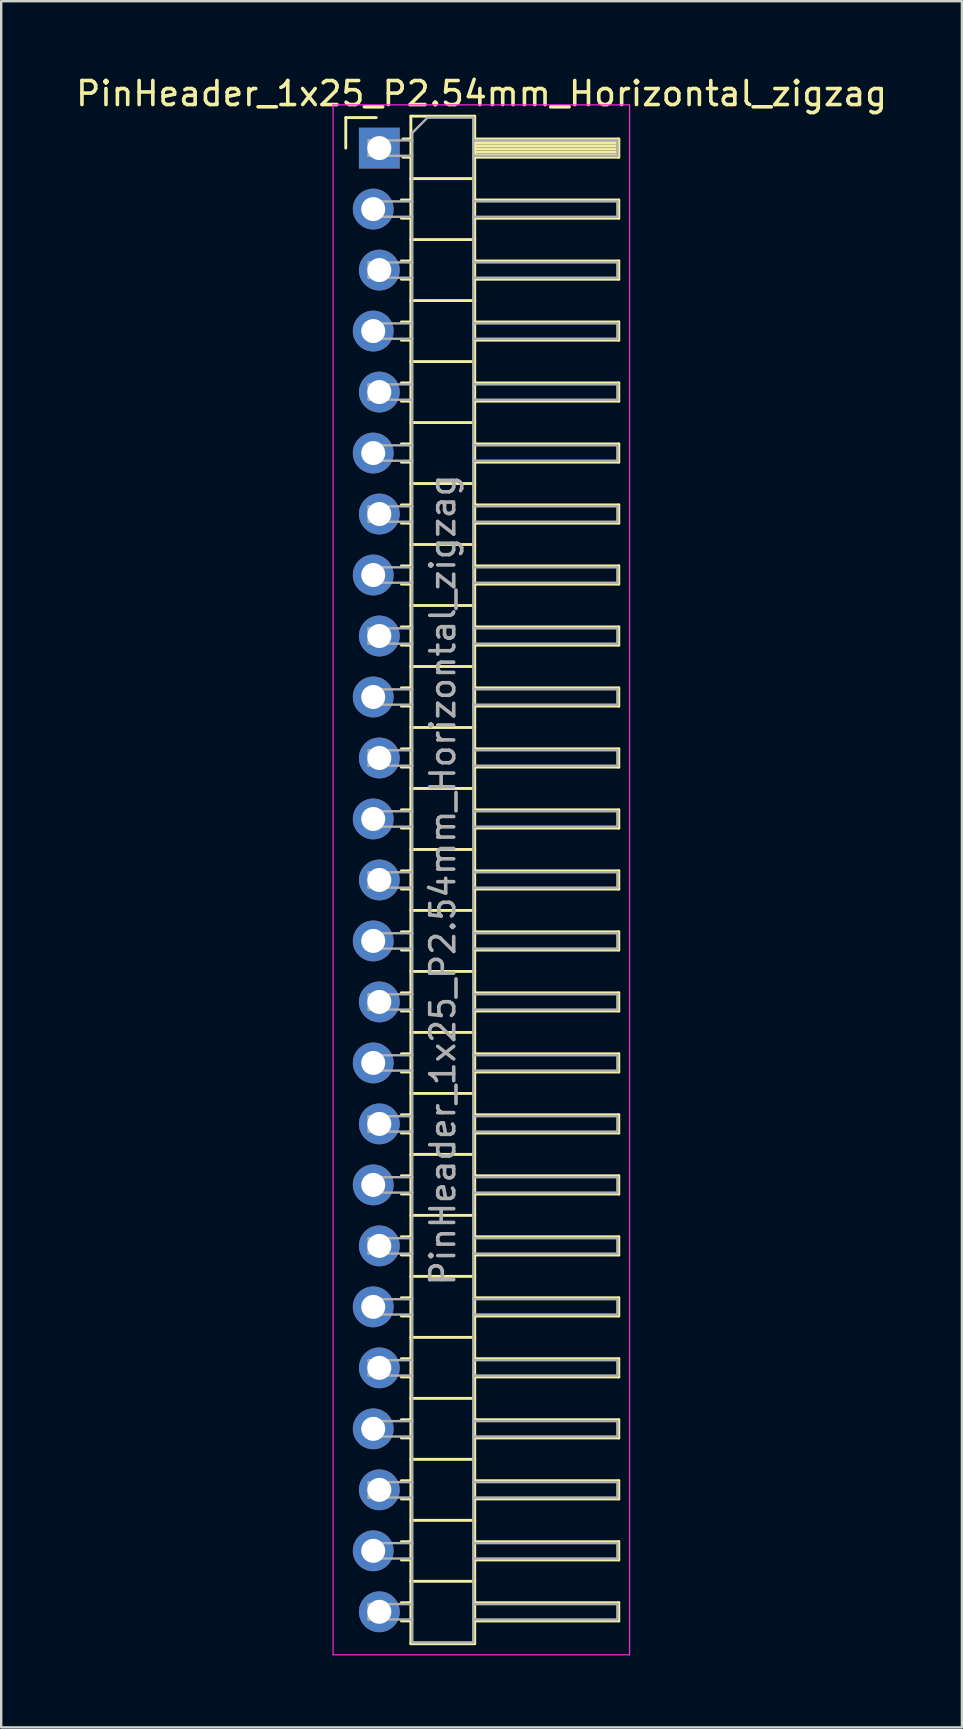
<source format=kicad_pcb>
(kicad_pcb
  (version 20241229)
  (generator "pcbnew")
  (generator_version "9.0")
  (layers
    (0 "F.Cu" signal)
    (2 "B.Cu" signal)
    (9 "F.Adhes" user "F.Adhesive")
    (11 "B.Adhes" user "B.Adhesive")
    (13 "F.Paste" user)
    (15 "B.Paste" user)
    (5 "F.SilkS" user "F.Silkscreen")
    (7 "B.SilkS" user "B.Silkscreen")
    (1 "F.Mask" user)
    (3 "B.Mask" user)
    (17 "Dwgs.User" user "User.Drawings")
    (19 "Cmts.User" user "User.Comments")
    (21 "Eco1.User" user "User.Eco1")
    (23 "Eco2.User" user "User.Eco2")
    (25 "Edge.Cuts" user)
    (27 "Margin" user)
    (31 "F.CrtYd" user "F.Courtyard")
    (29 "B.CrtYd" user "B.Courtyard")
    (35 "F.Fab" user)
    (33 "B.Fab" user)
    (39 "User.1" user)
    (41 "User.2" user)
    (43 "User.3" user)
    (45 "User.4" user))
  (footprint "PinHeader_1x25_P2.54mm_Horizontal_zigzag"
    (layer "F.Cu")
    (at 12.621 3.118)
    (property "Reference" "PinHeader_1x25_P2.54mm_Horizontal_zigzag" (at 4.385 -2.27 0) (layer "F.SilkS") (effects (font (size 1 1) (thickness 0.15))))
    (attr through_hole)
    (fp_line (start -1.27 -1.27) (end 0 -1.27) (stroke (width 0.12) (type solid)) (layer "F.SilkS"))
    (fp_line (start -1.27 0) (end -1.27 -1.27) (stroke (width 0.12) (type solid)) (layer "F.SilkS"))
    (fp_line (start 1.043 2.16) (end 1.44 2.16) (stroke (width 0.12) (type solid)) (layer "F.SilkS"))
    (fp_line (start 1.043 2.92) (end 1.44 2.92) (stroke (width 0.12) (type solid)) (layer "F.SilkS"))
    (fp_line (start 1.043 4.7) (end 1.44 4.7) (stroke (width 0.12) (type solid)) (layer "F.SilkS"))
    (fp_line (start 1.043 5.46) (end 1.44 5.46) (stroke (width 0.12) (type solid)) (layer "F.SilkS"))
    (fp_line (start 1.043 7.24) (end 1.44 7.24) (stroke (width 0.12) (type solid)) (layer "F.SilkS"))
    (fp_line (start 1.043 8) (end 1.44 8) (stroke (width 0.12) (type solid)) (layer "F.SilkS"))
    (fp_line (start 1.043 9.78) (end 1.44 9.78) (stroke (width 0.12) (type solid)) (layer "F.SilkS"))
    (fp_line (start 1.043 10.54) (end 1.44 10.54) (stroke (width 0.12) (type solid)) (layer "F.SilkS"))
    (fp_line (start 1.043 12.32) (end 1.44 12.32) (stroke (width 0.12) (type solid)) (layer "F.SilkS"))
    (fp_line (start 1.043 13.08) (end 1.44 13.08) (stroke (width 0.12) (type solid)) (layer "F.SilkS"))
    (fp_line (start 1.043 14.86) (end 1.44 14.86) (stroke (width 0.12) (type solid)) (layer "F.SilkS"))
    (fp_line (start 1.043 15.62) (end 1.44 15.62) (stroke (width 0.12) (type solid)) (layer "F.SilkS"))
    (fp_line (start 1.043 17.4) (end 1.44 17.4) (stroke (width 0.12) (type solid)) (layer "F.SilkS"))
    (fp_line (start 1.043 18.16) (end 1.44 18.16) (stroke (width 0.12) (type solid)) (layer "F.SilkS"))
    (fp_line (start 1.043 19.94) (end 1.44 19.94) (stroke (width 0.12) (type solid)) (layer "F.SilkS"))
    (fp_line (start 1.043 20.7) (end 1.44 20.7) (stroke (width 0.12) (type solid)) (layer "F.SilkS"))
    (fp_line (start 1.043 22.48) (end 1.44 22.48) (stroke (width 0.12) (type solid)) (layer "F.SilkS"))
    (fp_line (start 1.043 23.24) (end 1.44 23.24) (stroke (width 0.12) (type solid)) (layer "F.SilkS"))
    (fp_line (start 1.043 25.02) (end 1.44 25.02) (stroke (width 0.12) (type solid)) (layer "F.SilkS"))
    (fp_line (start 1.043 25.78) (end 1.44 25.78) (stroke (width 0.12) (type solid)) (layer "F.SilkS"))
    (fp_line (start 1.043 27.56) (end 1.44 27.56) (stroke (width 0.12) (type solid)) (layer "F.SilkS"))
    (fp_line (start 1.043 28.32) (end 1.44 28.32) (stroke (width 0.12) (type solid)) (layer "F.SilkS"))
    (fp_line (start 1.043 30.1) (end 1.44 30.1) (stroke (width 0.12) (type solid)) (layer "F.SilkS"))
    (fp_line (start 1.043 30.86) (end 1.44 30.86) (stroke (width 0.12) (type solid)) (layer "F.SilkS"))
    (fp_line (start 1.043 32.64) (end 1.44 32.64) (stroke (width 0.12) (type solid)) (layer "F.SilkS"))
    (fp_line (start 1.043 33.4) (end 1.44 33.4) (stroke (width 0.12) (type solid)) (layer "F.SilkS"))
    (fp_line (start 1.043 35.18) (end 1.44 35.18) (stroke (width 0.12) (type solid)) (layer "F.SilkS"))
    (fp_line (start 1.043 35.94) (end 1.44 35.94) (stroke (width 0.12) (type solid)) (layer "F.SilkS"))
    (fp_line (start 1.043 37.72) (end 1.44 37.72) (stroke (width 0.12) (type solid)) (layer "F.SilkS"))
    (fp_line (start 1.043 38.48) (end 1.44 38.48) (stroke (width 0.12) (type solid)) (layer "F.SilkS"))
    (fp_line (start 1.043 40.26) (end 1.44 40.26) (stroke (width 0.12) (type solid)) (layer "F.SilkS"))
    (fp_line (start 1.043 41.02) (end 1.44 41.02) (stroke (width 0.12) (type solid)) (layer "F.SilkS"))
    (fp_line (start 1.043 42.8) (end 1.44 42.8) (stroke (width 0.12) (type solid)) (layer "F.SilkS"))
    (fp_line (start 1.043 43.56) (end 1.44 43.56) (stroke (width 0.12) (type solid)) (layer "F.SilkS"))
    (fp_line (start 1.043 45.34) (end 1.44 45.34) (stroke (width 0.12) (type solid)) (layer "F.SilkS"))
    (fp_line (start 1.043 46.1) (end 1.44 46.1) (stroke (width 0.12) (type solid)) (layer "F.SilkS"))
    (fp_line (start 1.043 47.88) (end 1.44 47.88) (stroke (width 0.12) (type solid)) (layer "F.SilkS"))
    (fp_line (start 1.043 48.64) (end 1.44 48.64) (stroke (width 0.12) (type solid)) (layer "F.SilkS"))
    (fp_line (start 1.043 50.42) (end 1.44 50.42) (stroke (width 0.12) (type solid)) (layer "F.SilkS"))
    (fp_line (start 1.043 51.18) (end 1.44 51.18) (stroke (width 0.12) (type solid)) (layer "F.SilkS"))
    (fp_line (start 1.043 52.96) (end 1.44 52.96) (stroke (width 0.12) (type solid)) (layer "F.SilkS"))
    (fp_line (start 1.043 53.72) (end 1.44 53.72) (stroke (width 0.12) (type solid)) (layer "F.SilkS"))
    (fp_line (start 1.043 55.5) (end 1.44 55.5) (stroke (width 0.12) (type solid)) (layer "F.SilkS"))
    (fp_line (start 1.043 56.26) (end 1.44 56.26) (stroke (width 0.12) (type solid)) (layer "F.SilkS"))
    (fp_line (start 1.043 58.04) (end 1.44 58.04) (stroke (width 0.12) (type solid)) (layer "F.SilkS"))
    (fp_line (start 1.043 58.8) (end 1.44 58.8) (stroke (width 0.12) (type solid)) (layer "F.SilkS"))
    (fp_line (start 1.043 60.58) (end 1.44 60.58) (stroke (width 0.12) (type solid)) (layer "F.SilkS"))
    (fp_line (start 1.043 61.34) (end 1.44 61.34) (stroke (width 0.12) (type solid)) (layer "F.SilkS"))
    (fp_line (start 1.11 -0.38) (end 1.44 -0.38) (stroke (width 0.12) (type solid)) (layer "F.SilkS"))
    (fp_line (start 1.11 0.38) (end 1.44 0.38) (stroke (width 0.12) (type solid)) (layer "F.SilkS"))
    (fp_line (start 1.44 -1.33) (end 1.44 62.29) (stroke (width 0.12) (type solid)) (layer "F.SilkS"))
    (fp_line (start 1.44 1.27) (end 4.1 1.27) (stroke (width 0.12) (type solid)) (layer "F.SilkS"))
    (fp_line (start 1.44 3.81) (end 4.1 3.81) (stroke (width 0.12) (type solid)) (layer "F.SilkS"))
    (fp_line (start 1.44 6.35) (end 4.1 6.35) (stroke (width 0.12) (type solid)) (layer "F.SilkS"))
    (fp_line (start 1.44 8.89) (end 4.1 8.89) (stroke (width 0.12) (type solid)) (layer "F.SilkS"))
    (fp_line (start 1.44 11.43) (end 4.1 11.43) (stroke (width 0.12) (type solid)) (layer "F.SilkS"))
    (fp_line (start 1.44 13.97) (end 4.1 13.97) (stroke (width 0.12) (type solid)) (layer "F.SilkS"))
    (fp_line (start 1.44 16.51) (end 4.1 16.51) (stroke (width 0.12) (type solid)) (layer "F.SilkS"))
    (fp_line (start 1.44 19.05) (end 4.1 19.05) (stroke (width 0.12) (type solid)) (layer "F.SilkS"))
    (fp_line (start 1.44 21.59) (end 4.1 21.59) (stroke (width 0.12) (type solid)) (layer "F.SilkS"))
    (fp_line (start 1.44 24.13) (end 4.1 24.13) (stroke (width 0.12) (type solid)) (layer "F.SilkS"))
    (fp_line (start 1.44 26.67) (end 4.1 26.67) (stroke (width 0.12) (type solid)) (layer "F.SilkS"))
    (fp_line (start 1.44 29.21) (end 4.1 29.21) (stroke (width 0.12) (type solid)) (layer "F.SilkS"))
    (fp_line (start 1.44 31.75) (end 4.1 31.75) (stroke (width 0.12) (type solid)) (layer "F.SilkS"))
    (fp_line (start 1.44 34.29) (end 4.1 34.29) (stroke (width 0.12) (type solid)) (layer "F.SilkS"))
    (fp_line (start 1.44 36.83) (end 4.1 36.83) (stroke (width 0.12) (type solid)) (layer "F.SilkS"))
    (fp_line (start 1.44 39.37) (end 4.1 39.37) (stroke (width 0.12) (type solid)) (layer "F.SilkS"))
    (fp_line (start 1.44 41.91) (end 4.1 41.91) (stroke (width 0.12) (type solid)) (layer "F.SilkS"))
    (fp_line (start 1.44 44.45) (end 4.1 44.45) (stroke (width 0.12) (type solid)) (layer "F.SilkS"))
    (fp_line (start 1.44 46.99) (end 4.1 46.99) (stroke (width 0.12) (type solid)) (layer "F.SilkS"))
    (fp_line (start 1.44 49.53) (end 4.1 49.53) (stroke (width 0.12) (type solid)) (layer "F.SilkS"))
    (fp_line (start 1.44 52.07) (end 4.1 52.07) (stroke (width 0.12) (type solid)) (layer "F.SilkS"))
    (fp_line (start 1.44 54.61) (end 4.1 54.61) (stroke (width 0.12) (type solid)) (layer "F.SilkS"))
    (fp_line (start 1.44 57.15) (end 4.1 57.15) (stroke (width 0.12) (type solid)) (layer "F.SilkS"))
    (fp_line (start 1.44 59.69) (end 4.1 59.69) (stroke (width 0.12) (type solid)) (layer "F.SilkS"))
    (fp_line (start 1.44 62.29) (end 4.1 62.29) (stroke (width 0.12) (type solid)) (layer "F.SilkS"))
    (fp_line (start 4.1 -1.33) (end 1.44 -1.33) (stroke (width 0.12) (type solid)) (layer "F.SilkS"))
    (fp_line (start 4.1 -0.38) (end 10.1 -0.38) (stroke (width 0.12) (type solid)) (layer "F.SilkS"))
    (fp_line (start 4.1 -0.32) (end 10.1 -0.32) (stroke (width 0.12) (type solid)) (layer "F.SilkS"))
    (fp_line (start 4.1 -0.2) (end 10.1 -0.2) (stroke (width 0.12) (type solid)) (layer "F.SilkS"))
    (fp_line (start 4.1 -0.08) (end 10.1 -0.08) (stroke (width 0.12) (type solid)) (layer "F.SilkS"))
    (fp_line (start 4.1 0.04) (end 10.1 0.04) (stroke (width 0.12) (type solid)) (layer "F.SilkS"))
    (fp_line (start 4.1 0.16) (end 10.1 0.16) (stroke (width 0.12) (type solid)) (layer "F.SilkS"))
    (fp_line (start 4.1 0.28) (end 10.1 0.28) (stroke (width 0.12) (type solid)) (layer "F.SilkS"))
    (fp_line (start 4.1 2.16) (end 10.1 2.16) (stroke (width 0.12) (type solid)) (layer "F.SilkS"))
    (fp_line (start 4.1 4.7) (end 10.1 4.7) (stroke (width 0.12) (type solid)) (layer "F.SilkS"))
    (fp_line (start 4.1 7.24) (end 10.1 7.24) (stroke (width 0.12) (type solid)) (layer "F.SilkS"))
    (fp_line (start 4.1 9.78) (end 10.1 9.78) (stroke (width 0.12) (type solid)) (layer "F.SilkS"))
    (fp_line (start 4.1 12.32) (end 10.1 12.32) (stroke (width 0.12) (type solid)) (layer "F.SilkS"))
    (fp_line (start 4.1 14.86) (end 10.1 14.86) (stroke (width 0.12) (type solid)) (layer "F.SilkS"))
    (fp_line (start 4.1 17.4) (end 10.1 17.4) (stroke (width 0.12) (type solid)) (layer "F.SilkS"))
    (fp_line (start 4.1 19.94) (end 10.1 19.94) (stroke (width 0.12) (type solid)) (layer "F.SilkS"))
    (fp_line (start 4.1 22.48) (end 10.1 22.48) (stroke (width 0.12) (type solid)) (layer "F.SilkS"))
    (fp_line (start 4.1 25.02) (end 10.1 25.02) (stroke (width 0.12) (type solid)) (layer "F.SilkS"))
    (fp_line (start 4.1 27.56) (end 10.1 27.56) (stroke (width 0.12) (type solid)) (layer "F.SilkS"))
    (fp_line (start 4.1 30.1) (end 10.1 30.1) (stroke (width 0.12) (type solid)) (layer "F.SilkS"))
    (fp_line (start 4.1 32.64) (end 10.1 32.64) (stroke (width 0.12) (type solid)) (layer "F.SilkS"))
    (fp_line (start 4.1 35.18) (end 10.1 35.18) (stroke (width 0.12) (type solid)) (layer "F.SilkS"))
    (fp_line (start 4.1 37.72) (end 10.1 37.72) (stroke (width 0.12) (type solid)) (layer "F.SilkS"))
    (fp_line (start 4.1 40.26) (end 10.1 40.26) (stroke (width 0.12) (type solid)) (layer "F.SilkS"))
    (fp_line (start 4.1 42.8) (end 10.1 42.8) (stroke (width 0.12) (type solid)) (layer "F.SilkS"))
    (fp_line (start 4.1 45.34) (end 10.1 45.34) (stroke (width 0.12) (type solid)) (layer "F.SilkS"))
    (fp_line (start 4.1 47.88) (end 10.1 47.88) (stroke (width 0.12) (type solid)) (layer "F.SilkS"))
    (fp_line (start 4.1 50.42) (end 10.1 50.42) (stroke (width 0.12) (type solid)) (layer "F.SilkS"))
    (fp_line (start 4.1 52.96) (end 10.1 52.96) (stroke (width 0.12) (type solid)) (layer "F.SilkS"))
    (fp_line (start 4.1 55.5) (end 10.1 55.5) (stroke (width 0.12) (type solid)) (layer "F.SilkS"))
    (fp_line (start 4.1 58.04) (end 10.1 58.04) (stroke (width 0.12) (type solid)) (layer "F.SilkS"))
    (fp_line (start 4.1 60.58) (end 10.1 60.58) (stroke (width 0.12) (type solid)) (layer "F.SilkS"))
    (fp_line (start 4.1 62.29) (end 4.1 -1.33) (stroke (width 0.12) (type solid)) (layer "F.SilkS"))
    (fp_line (start 10.1 -0.38) (end 10.1 0.38) (stroke (width 0.12) (type solid)) (layer "F.SilkS"))
    (fp_line (start 10.1 0.38) (end 4.1 0.38) (stroke (width 0.12) (type solid)) (layer "F.SilkS"))
    (fp_line (start 10.1 2.16) (end 10.1 2.92) (stroke (width 0.12) (type solid)) (layer "F.SilkS"))
    (fp_line (start 10.1 2.92) (end 4.1 2.92) (stroke (width 0.12) (type solid)) (layer "F.SilkS"))
    (fp_line (start 10.1 4.7) (end 10.1 5.46) (stroke (width 0.12) (type solid)) (layer "F.SilkS"))
    (fp_line (start 10.1 5.46) (end 4.1 5.46) (stroke (width 0.12) (type solid)) (layer "F.SilkS"))
    (fp_line (start 10.1 7.24) (end 10.1 8) (stroke (width 0.12) (type solid)) (layer "F.SilkS"))
    (fp_line (start 10.1 8) (end 4.1 8) (stroke (width 0.12) (type solid)) (layer "F.SilkS"))
    (fp_line (start 10.1 9.78) (end 10.1 10.54) (stroke (width 0.12) (type solid)) (layer "F.SilkS"))
    (fp_line (start 10.1 10.54) (end 4.1 10.54) (stroke (width 0.12) (type solid)) (layer "F.SilkS"))
    (fp_line (start 10.1 12.32) (end 10.1 13.08) (stroke (width 0.12) (type solid)) (layer "F.SilkS"))
    (fp_line (start 10.1 13.08) (end 4.1 13.08) (stroke (width 0.12) (type solid)) (layer "F.SilkS"))
    (fp_line (start 10.1 14.86) (end 10.1 15.62) (stroke (width 0.12) (type solid)) (layer "F.SilkS"))
    (fp_line (start 10.1 15.62) (end 4.1 15.62) (stroke (width 0.12) (type solid)) (layer "F.SilkS"))
    (fp_line (start 10.1 17.4) (end 10.1 18.16) (stroke (width 0.12) (type solid)) (layer "F.SilkS"))
    (fp_line (start 10.1 18.16) (end 4.1 18.16) (stroke (width 0.12) (type solid)) (layer "F.SilkS"))
    (fp_line (start 10.1 19.94) (end 10.1 20.7) (stroke (width 0.12) (type solid)) (layer "F.SilkS"))
    (fp_line (start 10.1 20.7) (end 4.1 20.7) (stroke (width 0.12) (type solid)) (layer "F.SilkS"))
    (fp_line (start 10.1 22.48) (end 10.1 23.24) (stroke (width 0.12) (type solid)) (layer "F.SilkS"))
    (fp_line (start 10.1 23.24) (end 4.1 23.24) (stroke (width 0.12) (type solid)) (layer "F.SilkS"))
    (fp_line (start 10.1 25.02) (end 10.1 25.78) (stroke (width 0.12) (type solid)) (layer "F.SilkS"))
    (fp_line (start 10.1 25.78) (end 4.1 25.78) (stroke (width 0.12) (type solid)) (layer "F.SilkS"))
    (fp_line (start 10.1 27.56) (end 10.1 28.32) (stroke (width 0.12) (type solid)) (layer "F.SilkS"))
    (fp_line (start 10.1 28.32) (end 4.1 28.32) (stroke (width 0.12) (type solid)) (layer "F.SilkS"))
    (fp_line (start 10.1 30.1) (end 10.1 30.86) (stroke (width 0.12) (type solid)) (layer "F.SilkS"))
    (fp_line (start 10.1 30.86) (end 4.1 30.86) (stroke (width 0.12) (type solid)) (layer "F.SilkS"))
    (fp_line (start 10.1 32.64) (end 10.1 33.4) (stroke (width 0.12) (type solid)) (layer "F.SilkS"))
    (fp_line (start 10.1 33.4) (end 4.1 33.4) (stroke (width 0.12) (type solid)) (layer "F.SilkS"))
    (fp_line (start 10.1 35.18) (end 10.1 35.94) (stroke (width 0.12) (type solid)) (layer "F.SilkS"))
    (fp_line (start 10.1 35.94) (end 4.1 35.94) (stroke (width 0.12) (type solid)) (layer "F.SilkS"))
    (fp_line (start 10.1 37.72) (end 10.1 38.48) (stroke (width 0.12) (type solid)) (layer "F.SilkS"))
    (fp_line (start 10.1 38.48) (end 4.1 38.48) (stroke (width 0.12) (type solid)) (layer "F.SilkS"))
    (fp_line (start 10.1 40.26) (end 10.1 41.02) (stroke (width 0.12) (type solid)) (layer "F.SilkS"))
    (fp_line (start 10.1 41.02) (end 4.1 41.02) (stroke (width 0.12) (type solid)) (layer "F.SilkS"))
    (fp_line (start 10.1 42.8) (end 10.1 43.56) (stroke (width 0.12) (type solid)) (layer "F.SilkS"))
    (fp_line (start 10.1 43.56) (end 4.1 43.56) (stroke (width 0.12) (type solid)) (layer "F.SilkS"))
    (fp_line (start 10.1 45.34) (end 10.1 46.1) (stroke (width 0.12) (type solid)) (layer "F.SilkS"))
    (fp_line (start 10.1 46.1) (end 4.1 46.1) (stroke (width 0.12) (type solid)) (layer "F.SilkS"))
    (fp_line (start 10.1 47.88) (end 10.1 48.64) (stroke (width 0.12) (type solid)) (layer "F.SilkS"))
    (fp_line (start 10.1 48.64) (end 4.1 48.64) (stroke (width 0.12) (type solid)) (layer "F.SilkS"))
    (fp_line (start 10.1 50.42) (end 10.1 51.18) (stroke (width 0.12) (type solid)) (layer "F.SilkS"))
    (fp_line (start 10.1 51.18) (end 4.1 51.18) (stroke (width 0.12) (type solid)) (layer "F.SilkS"))
    (fp_line (start 10.1 52.96) (end 10.1 53.72) (stroke (width 0.12) (type solid)) (layer "F.SilkS"))
    (fp_line (start 10.1 53.72) (end 4.1 53.72) (stroke (width 0.12) (type solid)) (layer "F.SilkS"))
    (fp_line (start 10.1 55.5) (end 10.1 56.26) (stroke (width 0.12) (type solid)) (layer "F.SilkS"))
    (fp_line (start 10.1 56.26) (end 4.1 56.26) (stroke (width 0.12) (type solid)) (layer "F.SilkS"))
    (fp_line (start 10.1 58.04) (end 10.1 58.8) (stroke (width 0.12) (type solid)) (layer "F.SilkS"))
    (fp_line (start 10.1 58.8) (end 4.1 58.8) (stroke (width 0.12) (type solid)) (layer "F.SilkS"))
    (fp_line (start 10.1 60.58) (end 10.1 61.34) (stroke (width 0.12) (type solid)) (layer "F.SilkS"))
    (fp_line (start 10.1 61.34) (end 4.1 61.34) (stroke (width 0.12) (type solid)) (layer "F.SilkS"))
    (fp_line (start -1.8 -1.8) (end -1.8 62.75) (stroke (width 0.05) (type solid)) (layer "F.CrtYd"))
    (fp_line (start -1.8 62.75) (end 10.55 62.75) (stroke (width 0.05) (type solid)) (layer "F.CrtYd"))
    (fp_line (start 10.55 -1.8) (end -1.8 -1.8) (stroke (width 0.05) (type solid)) (layer "F.CrtYd"))
    (fp_line (start 10.55 62.75) (end 10.55 -1.8) (stroke (width 0.05) (type solid)) (layer "F.CrtYd"))
    (fp_line (start -0.32 -0.32) (end -0.32 0.32) (stroke (width 0.1) (type solid)) (layer "F.Fab"))
    (fp_line (start -0.32 -0.32) (end 1.5 -0.32) (stroke (width 0.1) (type solid)) (layer "F.Fab"))
    (fp_line (start -0.32 0.32) (end 1.5 0.32) (stroke (width 0.1) (type solid)) (layer "F.Fab"))
    (fp_line (start -0.32 2.22) (end -0.32 2.86) (stroke (width 0.1) (type solid)) (layer "F.Fab"))
    (fp_line (start -0.32 2.22) (end 1.5 2.22) (stroke (width 0.1) (type solid)) (layer "F.Fab"))
    (fp_line (start -0.32 2.86) (end 1.5 2.86) (stroke (width 0.1) (type solid)) (layer "F.Fab"))
    (fp_line (start -0.32 4.76) (end -0.32 5.4) (stroke (width 0.1) (type solid)) (layer "F.Fab"))
    (fp_line (start -0.32 4.76) (end 1.5 4.76) (stroke (width 0.1) (type solid)) (layer "F.Fab"))
    (fp_line (start -0.32 5.4) (end 1.5 5.4) (stroke (width 0.1) (type solid)) (layer "F.Fab"))
    (fp_line (start -0.32 7.3) (end -0.32 7.94) (stroke (width 0.1) (type solid)) (layer "F.Fab"))
    (fp_line (start -0.32 7.3) (end 1.5 7.3) (stroke (width 0.1) (type solid)) (layer "F.Fab"))
    (fp_line (start -0.32 7.94) (end 1.5 7.94) (stroke (width 0.1) (type solid)) (layer "F.Fab"))
    (fp_line (start -0.32 9.84) (end -0.32 10.48) (stroke (width 0.1) (type solid)) (layer "F.Fab"))
    (fp_line (start -0.32 9.84) (end 1.5 9.84) (stroke (width 0.1) (type solid)) (layer "F.Fab"))
    (fp_line (start -0.32 10.48) (end 1.5 10.48) (stroke (width 0.1) (type solid)) (layer "F.Fab"))
    (fp_line (start -0.32 12.38) (end -0.32 13.02) (stroke (width 0.1) (type solid)) (layer "F.Fab"))
    (fp_line (start -0.32 12.38) (end 1.5 12.38) (stroke (width 0.1) (type solid)) (layer "F.Fab"))
    (fp_line (start -0.32 13.02) (end 1.5 13.02) (stroke (width 0.1) (type solid)) (layer "F.Fab"))
    (fp_line (start -0.32 14.92) (end -0.32 15.56) (stroke (width 0.1) (type solid)) (layer "F.Fab"))
    (fp_line (start -0.32 14.92) (end 1.5 14.92) (stroke (width 0.1) (type solid)) (layer "F.Fab"))
    (fp_line (start -0.32 15.56) (end 1.5 15.56) (stroke (width 0.1) (type solid)) (layer "F.Fab"))
    (fp_line (start -0.32 17.46) (end -0.32 18.1) (stroke (width 0.1) (type solid)) (layer "F.Fab"))
    (fp_line (start -0.32 17.46) (end 1.5 17.46) (stroke (width 0.1) (type solid)) (layer "F.Fab"))
    (fp_line (start -0.32 18.1) (end 1.5 18.1) (stroke (width 0.1) (type solid)) (layer "F.Fab"))
    (fp_line (start -0.32 20) (end -0.32 20.64) (stroke (width 0.1) (type solid)) (layer "F.Fab"))
    (fp_line (start -0.32 20) (end 1.5 20) (stroke (width 0.1) (type solid)) (layer "F.Fab"))
    (fp_line (start -0.32 20.64) (end 1.5 20.64) (stroke (width 0.1) (type solid)) (layer "F.Fab"))
    (fp_line (start -0.32 22.54) (end -0.32 23.18) (stroke (width 0.1) (type solid)) (layer "F.Fab"))
    (fp_line (start -0.32 22.54) (end 1.5 22.54) (stroke (width 0.1) (type solid)) (layer "F.Fab"))
    (fp_line (start -0.32 23.18) (end 1.5 23.18) (stroke (width 0.1) (type solid)) (layer "F.Fab"))
    (fp_line (start -0.32 25.08) (end -0.32 25.72) (stroke (width 0.1) (type solid)) (layer "F.Fab"))
    (fp_line (start -0.32 25.08) (end 1.5 25.08) (stroke (width 0.1) (type solid)) (layer "F.Fab"))
    (fp_line (start -0.32 25.72) (end 1.5 25.72) (stroke (width 0.1) (type solid)) (layer "F.Fab"))
    (fp_line (start -0.32 27.62) (end -0.32 28.26) (stroke (width 0.1) (type solid)) (layer "F.Fab"))
    (fp_line (start -0.32 27.62) (end 1.5 27.62) (stroke (width 0.1) (type solid)) (layer "F.Fab"))
    (fp_line (start -0.32 28.26) (end 1.5 28.26) (stroke (width 0.1) (type solid)) (layer "F.Fab"))
    (fp_line (start -0.32 30.16) (end -0.32 30.8) (stroke (width 0.1) (type solid)) (layer "F.Fab"))
    (fp_line (start -0.32 30.16) (end 1.5 30.16) (stroke (width 0.1) (type solid)) (layer "F.Fab"))
    (fp_line (start -0.32 30.8) (end 1.5 30.8) (stroke (width 0.1) (type solid)) (layer "F.Fab"))
    (fp_line (start -0.32 32.7) (end -0.32 33.34) (stroke (width 0.1) (type solid)) (layer "F.Fab"))
    (fp_line (start -0.32 32.7) (end 1.5 32.7) (stroke (width 0.1) (type solid)) (layer "F.Fab"))
    (fp_line (start -0.32 33.34) (end 1.5 33.34) (stroke (width 0.1) (type solid)) (layer "F.Fab"))
    (fp_line (start -0.32 35.24) (end -0.32 35.88) (stroke (width 0.1) (type solid)) (layer "F.Fab"))
    (fp_line (start -0.32 35.24) (end 1.5 35.24) (stroke (width 0.1) (type solid)) (layer "F.Fab"))
    (fp_line (start -0.32 35.88) (end 1.5 35.88) (stroke (width 0.1) (type solid)) (layer "F.Fab"))
    (fp_line (start -0.32 37.78) (end -0.32 38.42) (stroke (width 0.1) (type solid)) (layer "F.Fab"))
    (fp_line (start -0.32 37.78) (end 1.5 37.78) (stroke (width 0.1) (type solid)) (layer "F.Fab"))
    (fp_line (start -0.32 38.42) (end 1.5 38.42) (stroke (width 0.1) (type solid)) (layer "F.Fab"))
    (fp_line (start -0.32 40.32) (end -0.32 40.96) (stroke (width 0.1) (type solid)) (layer "F.Fab"))
    (fp_line (start -0.32 40.32) (end 1.5 40.32) (stroke (width 0.1) (type solid)) (layer "F.Fab"))
    (fp_line (start -0.32 40.96) (end 1.5 40.96) (stroke (width 0.1) (type solid)) (layer "F.Fab"))
    (fp_line (start -0.32 42.86) (end -0.32 43.5) (stroke (width 0.1) (type solid)) (layer "F.Fab"))
    (fp_line (start -0.32 42.86) (end 1.5 42.86) (stroke (width 0.1) (type solid)) (layer "F.Fab"))
    (fp_line (start -0.32 43.5) (end 1.5 43.5) (stroke (width 0.1) (type solid)) (layer "F.Fab"))
    (fp_line (start -0.32 45.4) (end -0.32 46.04) (stroke (width 0.1) (type solid)) (layer "F.Fab"))
    (fp_line (start -0.32 45.4) (end 1.5 45.4) (stroke (width 0.1) (type solid)) (layer "F.Fab"))
    (fp_line (start -0.32 46.04) (end 1.5 46.04) (stroke (width 0.1) (type solid)) (layer "F.Fab"))
    (fp_line (start -0.32 47.94) (end -0.32 48.58) (stroke (width 0.1) (type solid)) (layer "F.Fab"))
    (fp_line (start -0.32 47.94) (end 1.5 47.94) (stroke (width 0.1) (type solid)) (layer "F.Fab"))
    (fp_line (start -0.32 48.58) (end 1.5 48.58) (stroke (width 0.1) (type solid)) (layer "F.Fab"))
    (fp_line (start -0.32 50.48) (end -0.32 51.12) (stroke (width 0.1) (type solid)) (layer "F.Fab"))
    (fp_line (start -0.32 50.48) (end 1.5 50.48) (stroke (width 0.1) (type solid)) (layer "F.Fab"))
    (fp_line (start -0.32 51.12) (end 1.5 51.12) (stroke (width 0.1) (type solid)) (layer "F.Fab"))
    (fp_line (start -0.32 53.02) (end -0.32 53.66) (stroke (width 0.1) (type solid)) (layer "F.Fab"))
    (fp_line (start -0.32 53.02) (end 1.5 53.02) (stroke (width 0.1) (type solid)) (layer "F.Fab"))
    (fp_line (start -0.32 53.66) (end 1.5 53.66) (stroke (width 0.1) (type solid)) (layer "F.Fab"))
    (fp_line (start -0.32 55.56) (end -0.32 56.2) (stroke (width 0.1) (type solid)) (layer "F.Fab"))
    (fp_line (start -0.32 55.56) (end 1.5 55.56) (stroke (width 0.1) (type solid)) (layer "F.Fab"))
    (fp_line (start -0.32 56.2) (end 1.5 56.2) (stroke (width 0.1) (type solid)) (layer "F.Fab"))
    (fp_line (start -0.32 58.1) (end -0.32 58.74) (stroke (width 0.1) (type solid)) (layer "F.Fab"))
    (fp_line (start -0.32 58.1) (end 1.5 58.1) (stroke (width 0.1) (type solid)) (layer "F.Fab"))
    (fp_line (start -0.32 58.74) (end 1.5 58.74) (stroke (width 0.1) (type solid)) (layer "F.Fab"))
    (fp_line (start -0.32 60.64) (end -0.32 61.28) (stroke (width 0.1) (type solid)) (layer "F.Fab"))
    (fp_line (start -0.32 60.64) (end 1.5 60.64) (stroke (width 0.1) (type solid)) (layer "F.Fab"))
    (fp_line (start -0.32 61.28) (end 1.5 61.28) (stroke (width 0.1) (type solid)) (layer "F.Fab"))
    (fp_line (start 1.5 -0.635) (end 2.135 -1.27) (stroke (width 0.1) (type solid)) (layer "F.Fab"))
    (fp_line (start 1.5 62.23) (end 1.5 -0.635) (stroke (width 0.1) (type solid)) (layer "F.Fab"))
    (fp_line (start 2.135 -1.27) (end 4.04 -1.27) (stroke (width 0.1) (type solid)) (layer "F.Fab"))
    (fp_line (start 4.04 -1.27) (end 4.04 62.23) (stroke (width 0.1) (type solid)) (layer "F.Fab"))
    (fp_line (start 4.04 -0.32) (end 10.04 -0.32) (stroke (width 0.1) (type solid)) (layer "F.Fab"))
    (fp_line (start 4.04 0.32) (end 10.04 0.32) (stroke (width 0.1) (type solid)) (layer "F.Fab"))
    (fp_line (start 4.04 2.22) (end 10.04 2.22) (stroke (width 0.1) (type solid)) (layer "F.Fab"))
    (fp_line (start 4.04 2.86) (end 10.04 2.86) (stroke (width 0.1) (type solid)) (layer "F.Fab"))
    (fp_line (start 4.04 4.76) (end 10.04 4.76) (stroke (width 0.1) (type solid)) (layer "F.Fab"))
    (fp_line (start 4.04 5.4) (end 10.04 5.4) (stroke (width 0.1) (type solid)) (layer "F.Fab"))
    (fp_line (start 4.04 7.3) (end 10.04 7.3) (stroke (width 0.1) (type solid)) (layer "F.Fab"))
    (fp_line (start 4.04 7.94) (end 10.04 7.94) (stroke (width 0.1) (type solid)) (layer "F.Fab"))
    (fp_line (start 4.04 9.84) (end 10.04 9.84) (stroke (width 0.1) (type solid)) (layer "F.Fab"))
    (fp_line (start 4.04 10.48) (end 10.04 10.48) (stroke (width 0.1) (type solid)) (layer "F.Fab"))
    (fp_line (start 4.04 12.38) (end 10.04 12.38) (stroke (width 0.1) (type solid)) (layer "F.Fab"))
    (fp_line (start 4.04 13.02) (end 10.04 13.02) (stroke (width 0.1) (type solid)) (layer "F.Fab"))
    (fp_line (start 4.04 14.92) (end 10.04 14.92) (stroke (width 0.1) (type solid)) (layer "F.Fab"))
    (fp_line (start 4.04 15.56) (end 10.04 15.56) (stroke (width 0.1) (type solid)) (layer "F.Fab"))
    (fp_line (start 4.04 17.46) (end 10.04 17.46) (stroke (width 0.1) (type solid)) (layer "F.Fab"))
    (fp_line (start 4.04 18.1) (end 10.04 18.1) (stroke (width 0.1) (type solid)) (layer "F.Fab"))
    (fp_line (start 4.04 20) (end 10.04 20) (stroke (width 0.1) (type solid)) (layer "F.Fab"))
    (fp_line (start 4.04 20.64) (end 10.04 20.64) (stroke (width 0.1) (type solid)) (layer "F.Fab"))
    (fp_line (start 4.04 22.54) (end 10.04 22.54) (stroke (width 0.1) (type solid)) (layer "F.Fab"))
    (fp_line (start 4.04 23.18) (end 10.04 23.18) (stroke (width 0.1) (type solid)) (layer "F.Fab"))
    (fp_line (start 4.04 25.08) (end 10.04 25.08) (stroke (width 0.1) (type solid)) (layer "F.Fab"))
    (fp_line (start 4.04 25.72) (end 10.04 25.72) (stroke (width 0.1) (type solid)) (layer "F.Fab"))
    (fp_line (start 4.04 27.62) (end 10.04 27.62) (stroke (width 0.1) (type solid)) (layer "F.Fab"))
    (fp_line (start 4.04 28.26) (end 10.04 28.26) (stroke (width 0.1) (type solid)) (layer "F.Fab"))
    (fp_line (start 4.04 30.16) (end 10.04 30.16) (stroke (width 0.1) (type solid)) (layer "F.Fab"))
    (fp_line (start 4.04 30.8) (end 10.04 30.8) (stroke (width 0.1) (type solid)) (layer "F.Fab"))
    (fp_line (start 4.04 32.7) (end 10.04 32.7) (stroke (width 0.1) (type solid)) (layer "F.Fab"))
    (fp_line (start 4.04 33.34) (end 10.04 33.34) (stroke (width 0.1) (type solid)) (layer "F.Fab"))
    (fp_line (start 4.04 35.24) (end 10.04 35.24) (stroke (width 0.1) (type solid)) (layer "F.Fab"))
    (fp_line (start 4.04 35.88) (end 10.04 35.88) (stroke (width 0.1) (type solid)) (layer "F.Fab"))
    (fp_line (start 4.04 37.78) (end 10.04 37.78) (stroke (width 0.1) (type solid)) (layer "F.Fab"))
    (fp_line (start 4.04 38.42) (end 10.04 38.42) (stroke (width 0.1) (type solid)) (layer "F.Fab"))
    (fp_line (start 4.04 40.32) (end 10.04 40.32) (stroke (width 0.1) (type solid)) (layer "F.Fab"))
    (fp_line (start 4.04 40.96) (end 10.04 40.96) (stroke (width 0.1) (type solid)) (layer "F.Fab"))
    (fp_line (start 4.04 42.86) (end 10.04 42.86) (stroke (width 0.1) (type solid)) (layer "F.Fab"))
    (fp_line (start 4.04 43.5) (end 10.04 43.5) (stroke (width 0.1) (type solid)) (layer "F.Fab"))
    (fp_line (start 4.04 45.4) (end 10.04 45.4) (stroke (width 0.1) (type solid)) (layer "F.Fab"))
    (fp_line (start 4.04 46.04) (end 10.04 46.04) (stroke (width 0.1) (type solid)) (layer "F.Fab"))
    (fp_line (start 4.04 47.94) (end 10.04 47.94) (stroke (width 0.1) (type solid)) (layer "F.Fab"))
    (fp_line (start 4.04 48.58) (end 10.04 48.58) (stroke (width 0.1) (type solid)) (layer "F.Fab"))
    (fp_line (start 4.04 50.48) (end 10.04 50.48) (stroke (width 0.1) (type solid)) (layer "F.Fab"))
    (fp_line (start 4.04 51.12) (end 10.04 51.12) (stroke (width 0.1) (type solid)) (layer "F.Fab"))
    (fp_line (start 4.04 53.02) (end 10.04 53.02) (stroke (width 0.1) (type solid)) (layer "F.Fab"))
    (fp_line (start 4.04 53.66) (end 10.04 53.66) (stroke (width 0.1) (type solid)) (layer "F.Fab"))
    (fp_line (start 4.04 55.56) (end 10.04 55.56) (stroke (width 0.1) (type solid)) (layer "F.Fab"))
    (fp_line (start 4.04 56.2) (end 10.04 56.2) (stroke (width 0.1) (type solid)) (layer "F.Fab"))
    (fp_line (start 4.04 58.1) (end 10.04 58.1) (stroke (width 0.1) (type solid)) (layer "F.Fab"))
    (fp_line (start 4.04 58.74) (end 10.04 58.74) (stroke (width 0.1) (type solid)) (layer "F.Fab"))
    (fp_line (start 4.04 60.64) (end 10.04 60.64) (stroke (width 0.1) (type solid)) (layer "F.Fab"))
    (fp_line (start 4.04 61.28) (end 10.04 61.28) (stroke (width 0.1) (type solid)) (layer "F.Fab"))
    (fp_line (start 4.04 62.23) (end 1.5 62.23) (stroke (width 0.1) (type solid)) (layer "F.Fab"))
    (fp_line (start 10.04 -0.32) (end 10.04 0.32) (stroke (width 0.1) (type solid)) (layer "F.Fab"))
    (fp_line (start 10.04 2.22) (end 10.04 2.86) (stroke (width 0.1) (type solid)) (layer "F.Fab"))
    (fp_line (start 10.04 4.76) (end 10.04 5.4) (stroke (width 0.1) (type solid)) (layer "F.Fab"))
    (fp_line (start 10.04 7.3) (end 10.04 7.94) (stroke (width 0.1) (type solid)) (layer "F.Fab"))
    (fp_line (start 10.04 9.84) (end 10.04 10.48) (stroke (width 0.1) (type solid)) (layer "F.Fab"))
    (fp_line (start 10.04 12.38) (end 10.04 13.02) (stroke (width 0.1) (type solid)) (layer "F.Fab"))
    (fp_line (start 10.04 14.92) (end 10.04 15.56) (stroke (width 0.1) (type solid)) (layer "F.Fab"))
    (fp_line (start 10.04 17.46) (end 10.04 18.1) (stroke (width 0.1) (type solid)) (layer "F.Fab"))
    (fp_line (start 10.04 20) (end 10.04 20.64) (stroke (width 0.1) (type solid)) (layer "F.Fab"))
    (fp_line (start 10.04 22.54) (end 10.04 23.18) (stroke (width 0.1) (type solid)) (layer "F.Fab"))
    (fp_line (start 10.04 25.08) (end 10.04 25.72) (stroke (width 0.1) (type solid)) (layer "F.Fab"))
    (fp_line (start 10.04 27.62) (end 10.04 28.26) (stroke (width 0.1) (type solid)) (layer "F.Fab"))
    (fp_line (start 10.04 30.16) (end 10.04 30.8) (stroke (width 0.1) (type solid)) (layer "F.Fab"))
    (fp_line (start 10.04 32.7) (end 10.04 33.34) (stroke (width 0.1) (type solid)) (layer "F.Fab"))
    (fp_line (start 10.04 35.24) (end 10.04 35.88) (stroke (width 0.1) (type solid)) (layer "F.Fab"))
    (fp_line (start 10.04 37.78) (end 10.04 38.42) (stroke (width 0.1) (type solid)) (layer "F.Fab"))
    (fp_line (start 10.04 40.32) (end 10.04 40.96) (stroke (width 0.1) (type solid)) (layer "F.Fab"))
    (fp_line (start 10.04 42.86) (end 10.04 43.5) (stroke (width 0.1) (type solid)) (layer "F.Fab"))
    (fp_line (start 10.04 45.4) (end 10.04 46.04) (stroke (width 0.1) (type solid)) (layer "F.Fab"))
    (fp_line (start 10.04 47.94) (end 10.04 48.58) (stroke (width 0.1) (type solid)) (layer "F.Fab"))
    (fp_line (start 10.04 50.48) (end 10.04 51.12) (stroke (width 0.1) (type solid)) (layer "F.Fab"))
    (fp_line (start 10.04 53.02) (end 10.04 53.66) (stroke (width 0.1) (type solid)) (layer "F.Fab"))
    (fp_line (start 10.04 55.56) (end 10.04 56.2) (stroke (width 0.1) (type solid)) (layer "F.Fab"))
    (fp_line (start 10.04 58.1) (end 10.04 58.74) (stroke (width 0.1) (type solid)) (layer "F.Fab"))
    (fp_line (start 10.04 60.64) (end 10.04 61.28) (stroke (width 0.1) (type solid)) (layer "F.Fab"))
    (fp_text user "${REFERENCE}" (at 2.77 30.48 90) (layer "F.Fab") (effects (font (size 1 1) (thickness 0.15))))
    (pad "1" thru_hole rect (at 0.127 0) (size 1.7 1.7) (drill 1) (layers "*.Cu" "*.Mask"))
    (pad "2" thru_hole oval (at -0.127 2.54) (size 1.7 1.7) (drill 1) (layers "*.Cu" "*.Mask"))
    (pad "3" thru_hole oval (at 0.127 5.08) (size 1.7 1.7) (drill 1) (layers "*.Cu" "*.Mask"))
    (pad "4" thru_hole oval (at -0.127 7.62) (size 1.7 1.7) (drill 1) (layers "*.Cu" "*.Mask"))
    (pad "5" thru_hole oval (at 0.127 10.16) (size 1.7 1.7) (drill 1) (layers "*.Cu" "*.Mask"))
    (pad "6" thru_hole oval (at -0.127 12.7) (size 1.7 1.7) (drill 1) (layers "*.Cu" "*.Mask"))
    (pad "7" thru_hole oval (at 0.127 15.24) (size 1.7 1.7) (drill 1) (layers "*.Cu" "*.Mask"))
    (pad "8" thru_hole oval (at -0.127 17.78) (size 1.7 1.7) (drill 1) (layers "*.Cu" "*.Mask"))
    (pad "9" thru_hole oval (at 0.127 20.32) (size 1.7 1.7) (drill 1) (layers "*.Cu" "*.Mask"))
    (pad "10" thru_hole oval (at -0.127 22.86) (size 1.7 1.7) (drill 1) (layers "*.Cu" "*.Mask"))
    (pad "11" thru_hole oval (at 0.127 25.4) (size 1.7 1.7) (drill 1) (layers "*.Cu" "*.Mask"))
    (pad "12" thru_hole oval (at -0.127 27.94) (size 1.7 1.7) (drill 1) (layers "*.Cu" "*.Mask"))
    (pad "13" thru_hole oval (at 0.127 30.48) (size 1.7 1.7) (drill 1) (layers "*.Cu" "*.Mask"))
    (pad "14" thru_hole oval (at -0.127 33.02) (size 1.7 1.7) (drill 1) (layers "*.Cu" "*.Mask"))
    (pad "15" thru_hole oval (at 0.127 35.56) (size 1.7 1.7) (drill 1) (layers "*.Cu" "*.Mask"))
    (pad "16" thru_hole oval (at -0.127 38.1) (size 1.7 1.7) (drill 1) (layers "*.Cu" "*.Mask"))
    (pad "17" thru_hole oval (at 0.127 40.64) (size 1.7 1.7) (drill 1) (layers "*.Cu" "*.Mask"))
    (pad "18" thru_hole oval (at -0.127 43.18) (size 1.7 1.7) (drill 1) (layers "*.Cu" "*.Mask"))
    (pad "19" thru_hole oval (at 0.127 45.72) (size 1.7 1.7) (drill 1) (layers "*.Cu" "*.Mask"))
    (pad "20" thru_hole oval (at -0.127 48.26) (size 1.7 1.7) (drill 1) (layers "*.Cu" "*.Mask"))
    (pad "21" thru_hole oval (at 0.127 50.8) (size 1.7 1.7) (drill 1) (layers "*.Cu" "*.Mask"))
    (pad "22" thru_hole oval (at -0.127 53.34) (size 1.7 1.7) (drill 1) (layers "*.Cu" "*.Mask"))
    (pad "23" thru_hole oval (at 0.127 55.88) (size 1.7 1.7) (drill 1) (layers "*.Cu" "*.Mask"))
    (pad "24" thru_hole oval (at -0.127 58.42) (size 1.7 1.7) (drill 1) (layers "*.Cu" "*.Mask"))
    (pad "25" thru_hole oval (at 0.127 60.96) (size 1.7 1.7) (drill 1) (layers "*.Cu" "*.Mask")))
  (gr_rect
    (start -3 -3)
    (end 37.012 68.893)
    (stroke (width 0.1) (type default))
    (fill no)
    (layer "Edge.Cuts")))
</source>
